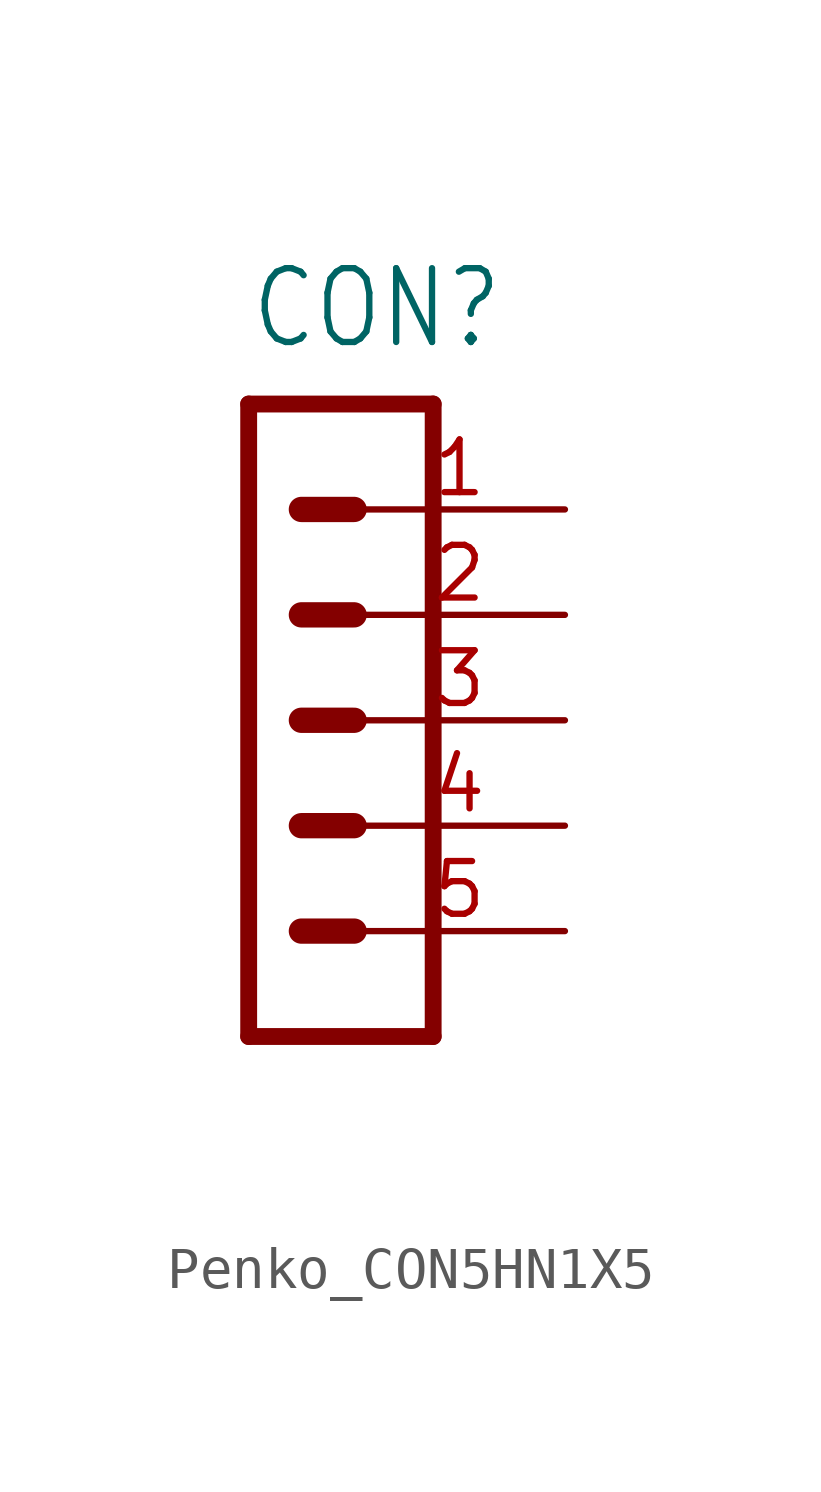
<source format=kicad_sym>
(kicad_symbol_lib
  (version 20231120)
  (generator "kicad_symbol_editor")
  (generator_version "8.0")
  (symbol "Penko_CON5HN1X5"
    (property "Reference" "CON"
      (at -2.54 8.89 0)
      (effects (font (size 1.778 1.511)) (justify left bottom)))
    (property "Value" ""
      (at -2.54 -10.16 0)
      (effects (font (size 1.778 1.511)) (justify left bottom)))
    (property "ki_locked" ""
      (at 0 0 0)
      (effects (font (size 1.27 1.27))))
    (symbol "Penko_CON5HN1X5_1_0"
      (polyline (pts (xy -2.54 -7.62) (xy -2.54 7.62)) (stroke (width 0.406) (type solid)) (fill (type none)))
      (polyline (pts (xy -2.54 -7.62) (xy 1.905 -7.62)) (stroke (width 0.406) (type solid)) (fill (type none)))
      (polyline (pts (xy -1.27 -5.08) (xy 0 -5.08)) (stroke (width 0.61) (type solid)) (fill (type none)))
      (polyline (pts (xy -1.27 -2.54) (xy 0 -2.54)) (stroke (width 0.61) (type solid)) (fill (type none)))
      (polyline (pts (xy -1.27 0) (xy 0 0)) (stroke (width 0.61) (type solid)) (fill (type none)))
      (polyline (pts (xy -1.27 2.54) (xy 0 2.54)) (stroke (width 0.61) (type solid)) (fill (type none)))
      (polyline (pts (xy -1.27 5.08) (xy 0 5.08)) (stroke (width 0.61) (type solid)) (fill (type none)))
      (polyline (pts (xy 1.905 7.62) (xy -2.54 7.62)) (stroke (width 0.406) (type solid)) (fill (type none)))
      (polyline (pts (xy 1.905 7.62) (xy 1.905 -7.62)) (stroke (width 0.406) (type solid)) (fill (type none)))
      (pin passive line (at 5.08 5.08 180) (length 5.08) (name "1" (effects (font (size 0 0)))) (number "1" (effects (font (size 1.27 1.27)))))
      (pin passive line (at 5.08 2.54 180) (length 5.08) (name "2" (effects (font (size 0 0)))) (number "2" (effects (font (size 1.27 1.27)))))
      (pin passive line (at 5.08 0 180) (length 5.08) (name "3" (effects (font (size 0 0)))) (number "3" (effects (font (size 1.27 1.27)))))
      (pin passive line (at 5.08 -2.54 180) (length 5.08) (name "4" (effects (font (size 0 0)))) (number "4" (effects (font (size 1.27 1.27)))))
      (pin passive line (at 5.08 -5.08 180) (length 5.08) (name "5" (effects (font (size 0 0)))) (number "5" (effects (font (size 1.27 1.27))))))))
</source>
